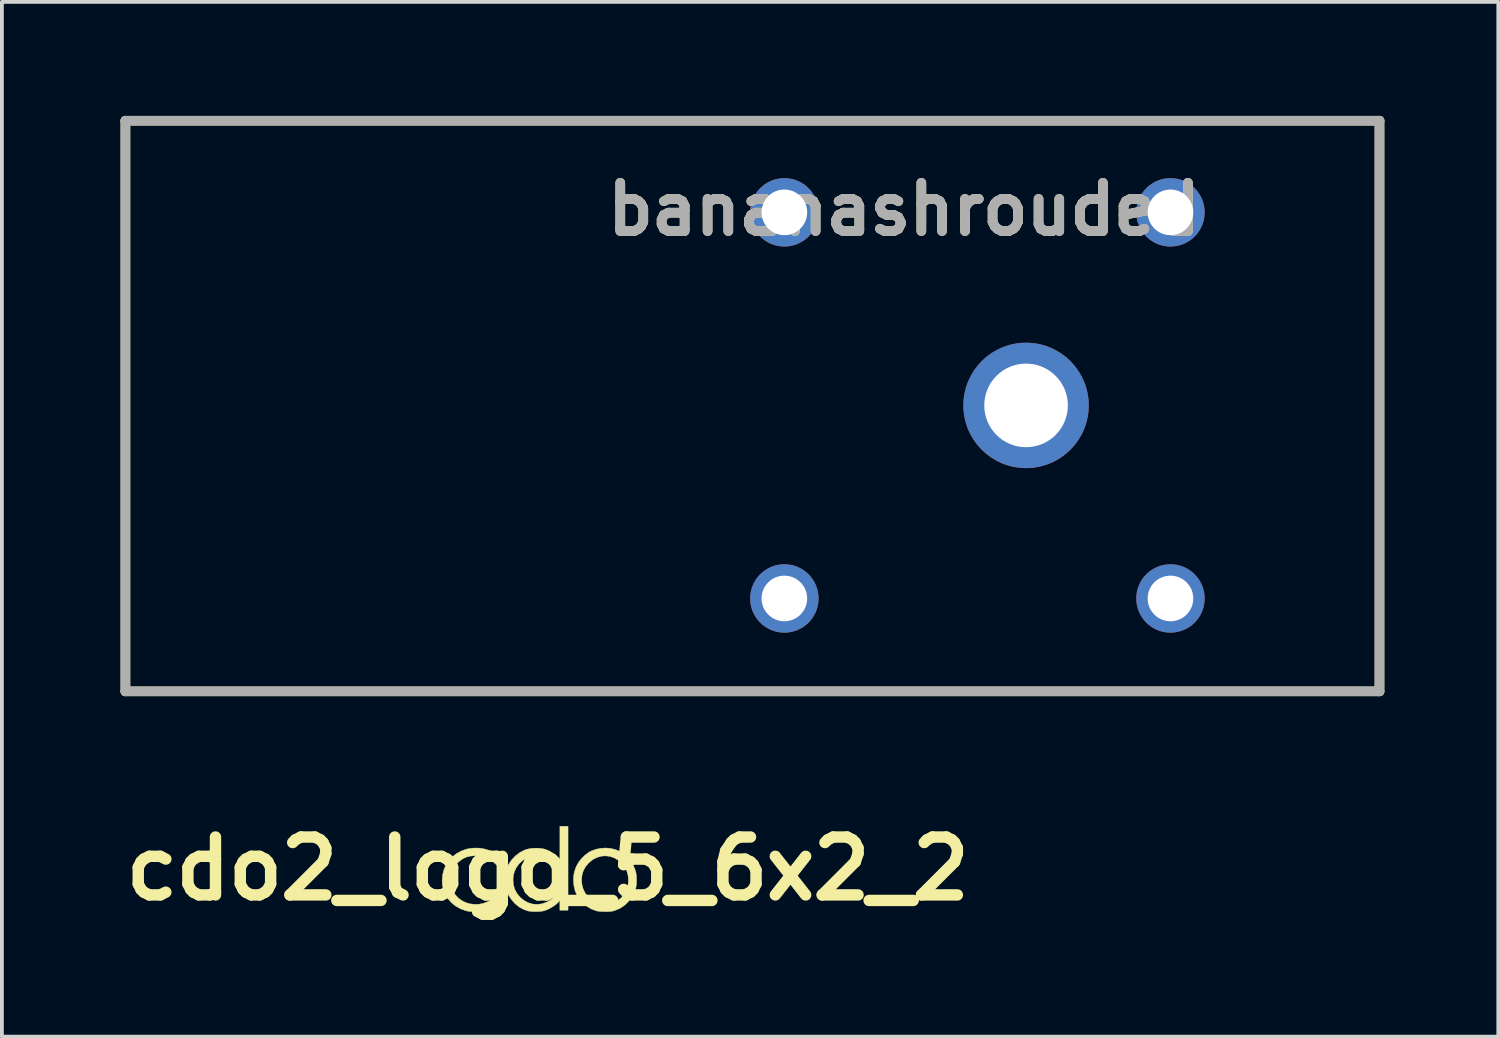
<source format=kicad_pcb>
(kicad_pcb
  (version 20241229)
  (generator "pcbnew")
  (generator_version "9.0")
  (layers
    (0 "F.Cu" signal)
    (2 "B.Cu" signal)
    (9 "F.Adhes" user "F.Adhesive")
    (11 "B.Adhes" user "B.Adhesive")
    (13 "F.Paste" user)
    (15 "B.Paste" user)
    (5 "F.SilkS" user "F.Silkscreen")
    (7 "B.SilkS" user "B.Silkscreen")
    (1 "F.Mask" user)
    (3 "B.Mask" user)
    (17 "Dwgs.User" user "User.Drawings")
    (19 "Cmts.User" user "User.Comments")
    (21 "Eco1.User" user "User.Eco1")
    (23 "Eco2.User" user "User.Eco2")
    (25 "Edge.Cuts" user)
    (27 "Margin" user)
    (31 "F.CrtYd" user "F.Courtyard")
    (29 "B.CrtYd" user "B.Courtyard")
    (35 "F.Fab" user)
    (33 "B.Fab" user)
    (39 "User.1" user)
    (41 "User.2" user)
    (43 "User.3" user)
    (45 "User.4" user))
  (footprint "cdo2_logo_5_6x2_2"
    (layer "F.Cu")
    (at 11.365 19.81)
    (property "Reference" "cdo2_logo_5_6x2_2" (at 0 0 0) (layer "F.SilkS") (effects (font (size 1.524 1.524) (thickness 0.3))))
    (attr through_hole)
    (fp_poly (pts (xy 2.616 -1.095) (xy 2.679 -1.065) (xy 2.73 -1.014) (xy 2.731 -1.013) (xy 2.765 -0.949) (xy 2.777 -0.882) (xy 2.767 -0.81) (xy 2.735 -0.731) (xy 2.679 -0.646) (xy 2.6 -0.552) (xy 2.595 -0.546) (xy 2.525 -0.47) (xy 2.781 -0.47) (xy 2.781 -0.33) (xy 2.261 -0.33) (xy 2.261 -0.371) (xy 2.263 -0.388) (xy 2.271 -0.407) (xy 2.288 -0.431) (xy 2.316 -0.464) (xy 2.357 -0.508) (xy 2.413 -0.566) (xy 2.419 -0.573) (xy 2.498 -0.655) (xy 2.557 -0.724) (xy 2.598 -0.782) (xy 2.621 -0.83) (xy 2.628 -0.87) (xy 2.62 -0.904) (xy 2.598 -0.934) (xy 2.556 -0.96) (xy 2.51 -0.963) (xy 2.467 -0.943) (xy 2.457 -0.934) (xy 2.435 -0.903) (xy 2.426 -0.872) (xy 2.426 -0.871) (xy 2.424 -0.853) (xy 2.416 -0.843) (xy 2.394 -0.839) (xy 2.353 -0.838) (xy 2.349 -0.838) (xy 2.305 -0.839) (xy 2.281 -0.846) (xy 2.275 -0.864) (xy 2.281 -0.898) (xy 2.287 -0.921) (xy 2.319 -0.993) (xy 2.369 -1.049) (xy 2.435 -1.087) (xy 2.514 -1.104) (xy 2.538 -1.105) (xy 2.616 -1.095)) (stroke (width 0.01) (type solid)) (fill yes) (layer "F.Mask"))
    (fp_poly (pts (xy -1.816 -0.543) (xy -1.681 -0.523) (xy -1.553 -0.487) (xy -1.435 -0.434) (xy -1.329 -0.366) (xy -1.24 -0.286) (xy -1.17 -0.192) (xy -1.164 -0.183) (xy -1.171 -0.171) (xy -1.193 -0.151) (xy -1.224 -0.127) (xy -1.259 -0.104) (xy -1.29 -0.085) (xy -1.312 -0.076) (xy -1.315 -0.076) (xy -1.328 -0.084) (xy -1.354 -0.106) (xy -1.389 -0.138) (xy -1.41 -0.157) (xy -1.506 -0.235) (xy -1.608 -0.291) (xy -1.72 -0.326) (xy -1.845 -0.341) (xy -1.898 -0.343) (xy -2.025 -0.334) (xy -2.137 -0.308) (xy -2.237 -0.262) (xy -2.332 -0.194) (xy -2.382 -0.147) (xy -2.459 -0.059) (xy -2.514 0.03) (xy -2.547 0.126) (xy -2.563 0.235) (xy -2.565 0.292) (xy -2.561 0.382) (xy -2.547 0.46) (xy -2.52 0.537) (xy -2.498 0.584) (xy -2.434 0.686) (xy -2.354 0.772) (xy -2.261 0.84) (xy -2.157 0.891) (xy -2.045 0.924) (xy -1.928 0.938) (xy -1.81 0.934) (xy -1.693 0.91) (xy -1.58 0.867) (xy -1.475 0.803) (xy -1.401 0.741) (xy -1.318 0.661) (xy -1.237 0.716) (xy -1.156 0.771) (xy -1.192 0.821) (xy -1.262 0.899) (xy -1.352 0.971) (xy -1.457 1.034) (xy -1.571 1.084) (xy -1.581 1.087) (xy -1.625 1.101) (xy -1.665 1.111) (xy -1.707 1.118) (xy -1.758 1.122) (xy -1.824 1.125) (xy -1.873 1.126) (xy -1.954 1.127) (xy -2.016 1.127) (xy -2.065 1.123) (xy -2.107 1.117) (xy -2.149 1.107) (xy -2.157 1.105) (xy -2.296 1.055) (xy -2.423 0.984) (xy -2.535 0.893) (xy -2.629 0.785) (xy -2.703 0.664) (xy -2.747 0.556) (xy -2.773 0.442) (xy -2.781 0.313) (xy -2.781 0.31) (xy -2.769 0.165) (xy -2.734 0.027) (xy -2.678 -0.1) (xy -2.602 -0.216) (xy -2.508 -0.317) (xy -2.398 -0.402) (xy -2.272 -0.469) (xy -2.133 -0.517) (xy -2.093 -0.526) (xy -1.954 -0.544) (xy -1.816 -0.543)) (stroke (width 0.01) (type solid)) (fill yes) (layer "F.SilkS"))
    (fp_poly (pts (xy 1.668 -0.532) (xy 1.798 -0.497) (xy 1.859 -0.472) (xy 1.978 -0.402) (xy 2.085 -0.313) (xy 2.176 -0.208) (xy 2.25 -0.09) (xy 2.302 0.037) (xy 2.317 0.09) (xy 2.329 0.161) (xy 2.335 0.245) (xy 2.336 0.334) (xy 2.331 0.419) (xy 2.32 0.49) (xy 2.318 0.502) (xy 2.274 0.628) (xy 2.21 0.748) (xy 2.129 0.857) (xy 2.034 0.95) (xy 1.929 1.025) (xy 1.88 1.051) (xy 1.823 1.076) (xy 1.765 1.098) (xy 1.717 1.114) (xy 1.704 1.116) (xy 1.648 1.124) (xy 1.576 1.128) (xy 1.496 1.129) (xy 1.416 1.126) (xy 1.345 1.121) (xy 1.289 1.112) (xy 1.283 1.11) (xy 1.153 1.063) (xy 1.034 0.994) (xy 0.927 0.903) (xy 0.835 0.798) (xy 0.765 0.691) (xy 0.717 0.578) (xy 0.688 0.455) (xy 0.677 0.343) (xy 0.677 0.298) (xy 0.889 0.298) (xy 0.9 0.424) (xy 0.933 0.54) (xy 0.985 0.644) (xy 1.054 0.735) (xy 1.137 0.811) (xy 1.233 0.87) (xy 1.338 0.91) (xy 1.451 0.931) (xy 1.57 0.929) (xy 1.691 0.904) (xy 1.706 0.9) (xy 1.818 0.85) (xy 1.915 0.781) (xy 1.995 0.696) (xy 2.057 0.595) (xy 2.099 0.482) (xy 2.119 0.359) (xy 2.121 0.307) (xy 2.112 0.182) (xy 2.084 0.072) (xy 2.035 -0.028) (xy 1.963 -0.123) (xy 1.939 -0.149) (xy 1.845 -0.23) (xy 1.742 -0.289) (xy 1.632 -0.325) (xy 1.52 -0.339) (xy 1.407 -0.33) (xy 1.296 -0.298) (xy 1.19 -0.244) (xy 1.093 -0.168) (xy 1.08 -0.156) (xy 0.997 -0.058) (xy 0.938 0.045) (xy 0.903 0.157) (xy 0.889 0.28) (xy 0.889 0.298) (xy 0.677 0.298) (xy 0.677 0.219) (xy 0.693 0.108) (xy 0.725 0.001) (xy 0.764 -0.089) (xy 0.822 -0.186) (xy 0.898 -0.279) (xy 0.986 -0.363) (xy 1.079 -0.432) (xy 1.132 -0.461) (xy 1.259 -0.51) (xy 1.394 -0.538) (xy 1.532 -0.546) (xy 1.668 -0.532)) (stroke (width 0.01) (type solid)) (fill yes) (layer "F.SilkS"))
    (fp_poly (pts (xy 0.533 1.092) (xy 0.318 1.092) (xy 0.317 0.962) (xy 0.317 0.832) (xy 0.291 0.866) (xy 0.246 0.914) (xy 0.183 0.964) (xy 0.108 1.013) (xy 0.027 1.057) (xy -0.054 1.092) (xy -0.111 1.11) (xy -0.173 1.121) (xy -0.251 1.127) (xy -0.336 1.129) (xy -0.419 1.125) (xy -0.491 1.117) (xy -0.519 1.112) (xy -0.639 1.07) (xy -0.753 1.006) (xy -0.858 0.922) (xy -0.95 0.821) (xy -1.028 0.705) (xy -1.088 0.578) (xy -1.1 0.546) (xy -1.11 0.512) (xy -1.117 0.474) (xy -1.121 0.427) (xy -1.123 0.365) (xy -1.123 0.299) (xy -0.914 0.299) (xy -0.903 0.427) (xy -0.868 0.545) (xy -0.809 0.653) (xy -0.728 0.751) (xy -0.719 0.76) (xy -0.619 0.839) (xy -0.511 0.896) (xy -0.397 0.93) (xy -0.279 0.939) (xy -0.159 0.924) (xy -0.146 0.92) (xy -0.026 0.878) (xy 0.08 0.815) (xy 0.171 0.735) (xy 0.244 0.639) (xy 0.296 0.53) (xy 0.313 0.478) (xy 0.321 0.434) (xy 0.327 0.376) (xy 0.33 0.314) (xy 0.33 0.298) (xy 0.321 0.171) (xy 0.292 0.059) (xy 0.242 -0.043) (xy 0.17 -0.138) (xy 0.167 -0.141) (xy 0.077 -0.222) (xy -0.024 -0.282) (xy -0.131 -0.321) (xy -0.243 -0.339) (xy -0.355 -0.337) (xy -0.465 -0.315) (xy -0.57 -0.274) (xy -0.667 -0.214) (xy -0.752 -0.135) (xy -0.823 -0.038) (xy -0.837 -0.014) (xy -0.879 0.079) (xy -0.904 0.169) (xy -0.914 0.268) (xy -0.914 0.299) (xy -1.123 0.299) (xy -1.123 0.286) (xy -1.123 0.21) (xy -1.121 0.153) (xy -1.117 0.11) (xy -1.111 0.075) (xy -1.102 0.043) (xy -1.09 0.01) (xy -1.027 -0.122) (xy -0.946 -0.24) (xy -0.847 -0.342) (xy -0.735 -0.427) (xy -0.612 -0.49) (xy -0.552 -0.511) (xy -0.467 -0.53) (xy -0.368 -0.54) (xy -0.264 -0.541) (xy -0.163 -0.532) (xy -0.076 -0.514) (xy -0.069 -0.512) (xy 0.046 -0.463) (xy 0.156 -0.391) (xy 0.245 -0.311) (xy 0.318 -0.237) (xy 0.318 -1.118) (xy 0.533 -1.118) (xy 0.533 1.092)) (stroke (width 0.01) (type solid)) (fill yes) (layer "F.SilkS")))
  (footprint "bananashrouded"
    (layer "F.Cu")
    (at 0.25 15.142)
    (property "Reference" "bananashrouded" (at 20.491 -12.686 0) (layer "F.SilkS") (effects (font (size 1.27 1.27) (thickness 0.254))))
    (attr through_hole)
    (fp_line (start 0 -15.015) (end 33 -15.015) (stroke (width 0.254) (type solid)) (layer "F.SilkS"))
    (fp_line (start 0 0) (end 0 -15.015) (stroke (width 0.254) (type solid)) (layer "F.SilkS"))
    (fp_line (start 33 -15.015) (end 33 0) (stroke (width 0.254) (type solid)) (layer "F.SilkS"))
    (fp_line (start 33 0) (end 0 0) (stroke (width 0.254) (type solid)) (layer "F.SilkS"))
    (fp_line (start 0 -15.015) (end 33 -15.015) (stroke (width 0.254) (type solid)) (layer "F.Fab"))
    (fp_line (start 0 0) (end 0 -15.015) (stroke (width 0.254) (type solid)) (layer "F.Fab"))
    (fp_line (start 33 -15.015) (end 33 0) (stroke (width 0.254) (type solid)) (layer "F.Fab"))
    (fp_line (start 33 0) (end 0 0) (stroke (width 0.254) (type solid)) (layer "F.Fab"))
    (fp_text user "${REFERENCE}" (at 20.491 -12.686 0) (layer "F.Fab") (effects (font (size 1.27 1.27) (thickness 0.254))))
    (pad "1" thru_hole circle (at 17.34 -12.604) (size 1.8 1.8) (drill 1.2) (layers "*.Cu" "*.Mask"))
    (pad "2" thru_hole circle (at 27.5 -12.604) (size 1.8 1.8) (drill 1.2) (layers "*.Cu" "*.Mask"))
    (pad "3" thru_hole circle (at 17.34 -2.444) (size 1.8 1.8) (drill 1.2) (layers "*.Cu" "*.Mask"))
    (pad "4" thru_hole circle (at 27.5 -2.444) (size 1.8 1.8) (drill 1.2) (layers "*.Cu" "*.Mask"))
    (pad "5" thru_hole circle (at 23.7 -7.524) (size 3.3 3.3) (drill 2.2) (layers "*.Cu" "*.Mask")))
  (gr_rect
    (start -3 -3)
    (end 36.377 24.228)
    (stroke (width 0.1) (type default))
    (fill no)
    (layer "Edge.Cuts")))
</source>
